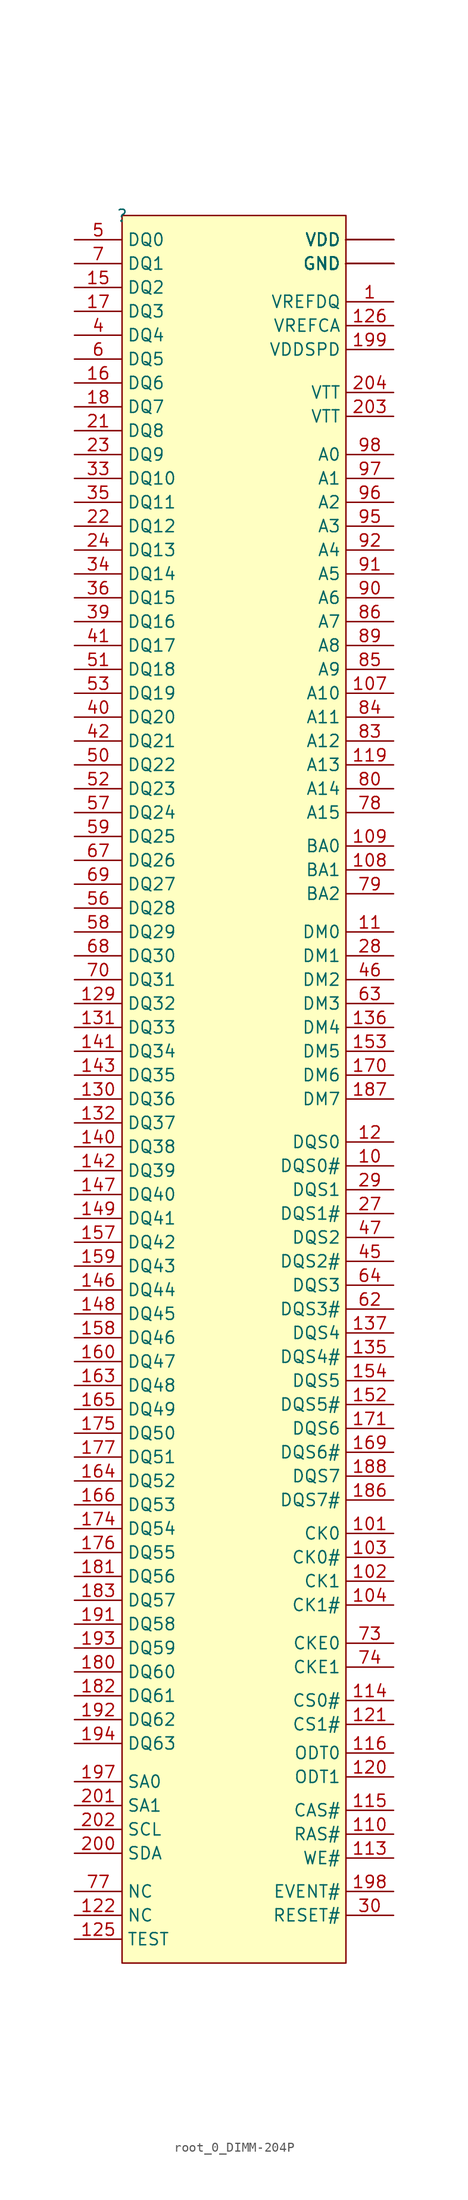
<source format=kicad_sym>
(kicad_symbol_lib
  (version 20220914)
  (generator kicad_symbol_editor)
  (symbol "root_0_DIMM-204P"
    (property "Reference" ""
      (at 0 0 0)
      (effects (font (size 1.27 1.27))))
    (property "Value" ""
      (at 0 0 0)
      (effects (font (size 1.27 1.27))))
    (symbol "root_0_DIMM-204P_1_0"
      (rectangle (start 23.5 0.04) (end 0 -182.999) (stroke (width 0) (type solid)) (fill (type background)))
      (pin passive line (at 28.5 -9 180) (length 5) (name "VREFDQ" (effects (font (size 1.27 1.27)))) (number "1" (effects (font (size 1.27 1.27)))))
      (pin passive line (at 28.5 -99.5 180) (length 5) (name "DQS0#" (effects (font (size 1.27 1.27)))) (number "10" (effects (font (size 1.27 1.27)))))
      (pin passive line (at 28.5 -2.5 180) (length 5) (name "VDD" (effects (font (size 1.27 1.27)))) (number "100" (effects (font (size 0 0)))))
      (pin passive line (at 28.5 -137.999 180) (length 5) (name "CK0" (effects (font (size 1.27 1.27)))) (number "101" (effects (font (size 1.27 1.27)))))
      (pin passive line (at 28.5 -142.999 180) (length 5) (name "CK1" (effects (font (size 1.27 1.27)))) (number "102" (effects (font (size 1.27 1.27)))))
      (pin passive line (at 28.5 -140.499 180) (length 5) (name "CK0#" (effects (font (size 1.27 1.27)))) (number "103" (effects (font (size 1.27 1.27)))))
      (pin passive line (at 28.5 -145.499 180) (length 5) (name "CK1#" (effects (font (size 1.27 1.27)))) (number "104" (effects (font (size 1.27 1.27)))))
      (pin passive line (at 28.5 -2.5 180) (length 5) (name "VDD" (effects (font (size 1.27 1.27)))) (number "105" (effects (font (size 0 0)))))
      (pin passive line (at 28.5 -2.5 180) (length 5) (name "VDD" (effects (font (size 1.27 1.27)))) (number "106" (effects (font (size 0 0)))))
      (pin passive line (at 28.5 -50 180) (length 5) (name "A10" (effects (font (size 1.27 1.27)))) (number "107" (effects (font (size 1.27 1.27)))))
      (pin passive line (at 28.5 -68.5 180) (length 5) (name "BA1" (effects (font (size 1.27 1.27)))) (number "108" (effects (font (size 1.27 1.27)))))
      (pin passive line (at 28.5 -66 180) (length 5) (name "BA0" (effects (font (size 1.27 1.27)))) (number "109" (effects (font (size 1.27 1.27)))))
      (pin passive line (at 28.5 -75 180) (length 5) (name "DM0" (effects (font (size 1.27 1.27)))) (number "11" (effects (font (size 1.27 1.27)))))
      (pin passive line (at 28.5 -169.499 180) (length 5) (name "RAS#" (effects (font (size 1.27 1.27)))) (number "110" (effects (font (size 1.27 1.27)))))
      (pin passive line (at 28.5 -2.5 180) (length 5) (name "VDD" (effects (font (size 1.27 1.27)))) (number "111" (effects (font (size 0 0)))))
      (pin passive line (at 28.5 -2.5 180) (length 5) (name "VDD" (effects (font (size 1.27 1.27)))) (number "112" (effects (font (size 0 0)))))
      (pin passive line (at 28.5 -171.999 180) (length 5) (name "WE#" (effects (font (size 1.27 1.27)))) (number "113" (effects (font (size 1.27 1.27)))))
      (pin passive line (at 28.5 -155.499 180) (length 5) (name "CS0#" (effects (font (size 1.27 1.27)))) (number "114" (effects (font (size 1.27 1.27)))))
      (pin passive line (at 28.5 -166.999 180) (length 5) (name "CAS#" (effects (font (size 1.27 1.27)))) (number "115" (effects (font (size 1.27 1.27)))))
      (pin passive line (at 28.5 -160.999 180) (length 5) (name "ODT0" (effects (font (size 1.27 1.27)))) (number "116" (effects (font (size 1.27 1.27)))))
      (pin passive line (at 28.5 -2.5 180) (length 5) (name "VDD" (effects (font (size 1.27 1.27)))) (number "117" (effects (font (size 0 0)))))
      (pin passive line (at 28.5 -2.5 180) (length 5) (name "VDD" (effects (font (size 1.27 1.27)))) (number "118" (effects (font (size 0 0)))))
      (pin passive line (at 28.5 -57.5 180) (length 5) (name "A13" (effects (font (size 1.27 1.27)))) (number "119" (effects (font (size 1.27 1.27)))))
      (pin passive line (at 28.5 -97 180) (length 5) (name "DQS0" (effects (font (size 1.27 1.27)))) (number "12" (effects (font (size 1.27 1.27)))))
      (pin passive line (at 28.5 -163.499 180) (length 5) (name "ODT1" (effects (font (size 1.27 1.27)))) (number "120" (effects (font (size 1.27 1.27)))))
      (pin passive line (at 28.5 -157.999 180) (length 5) (name "CS1#" (effects (font (size 1.27 1.27)))) (number "121" (effects (font (size 1.27 1.27)))))
      (pin passive line (at -5 -177.999 0) (length 5) (name "NC" (effects (font (size 1.27 1.27)))) (number "122" (effects (font (size 1.27 1.27)))))
      (pin passive line (at 28.5 -2.5 180) (length 5) (name "VDD" (effects (font (size 1.27 1.27)))) (number "123" (effects (font (size 0 0)))))
      (pin passive line (at 28.5 -2.5 180) (length 5) (name "VDD" (effects (font (size 1.27 1.27)))) (number "124" (effects (font (size 0 0)))))
      (pin passive line (at -5 -180.499 0) (length 5) (name "TEST" (effects (font (size 1.27 1.27)))) (number "125" (effects (font (size 1.27 1.27)))))
      (pin passive line (at 28.5 -11.5 180) (length 5) (name "VREFCA" (effects (font (size 1.27 1.27)))) (number "126" (effects (font (size 1.27 1.27)))))
      (pin passive line (at 28.5 -5 180) (length 5) (name "GND" (effects (font (size 1.27 1.27)))) (number "127" (effects (font (size 0 0)))))
      (pin passive line (at 28.5 -5 180) (length 5) (name "GND" (effects (font (size 1.27 1.27)))) (number "128" (effects (font (size 0 0)))))
      (pin passive line (at -5 -82.5 0) (length 5) (name "DQ32" (effects (font (size 1.27 1.27)))) (number "129" (effects (font (size 1.27 1.27)))))
      (pin passive line (at 28.5 -5 180) (length 5) (name "GND" (effects (font (size 1.27 1.27)))) (number "13" (effects (font (size 0 0)))))
      (pin passive line (at -5 -92.5 0) (length 5) (name "DQ36" (effects (font (size 1.27 1.27)))) (number "130" (effects (font (size 1.27 1.27)))))
      (pin passive line (at -5 -85 0) (length 5) (name "DQ33" (effects (font (size 1.27 1.27)))) (number "131" (effects (font (size 1.27 1.27)))))
      (pin passive line (at -5 -95 0) (length 5) (name "DQ37" (effects (font (size 1.27 1.27)))) (number "132" (effects (font (size 1.27 1.27)))))
      (pin passive line (at 28.5 -5 180) (length 5) (name "GND" (effects (font (size 1.27 1.27)))) (number "133" (effects (font (size 0 0)))))
      (pin passive line (at 28.5 -5 180) (length 5) (name "GND" (effects (font (size 1.27 1.27)))) (number "134" (effects (font (size 0 0)))))
      (pin passive line (at 28.5 -119.499 180) (length 5) (name "DQS4#" (effects (font (size 1.27 1.27)))) (number "135" (effects (font (size 1.27 1.27)))))
      (pin passive line (at 28.5 -85 180) (length 5) (name "DM4" (effects (font (size 1.27 1.27)))) (number "136" (effects (font (size 1.27 1.27)))))
      (pin passive line (at 28.5 -116.999 180) (length 5) (name "DQS4" (effects (font (size 1.27 1.27)))) (number "137" (effects (font (size 1.27 1.27)))))
      (pin passive line (at 28.5 -5 180) (length 5) (name "GND" (effects (font (size 1.27 1.27)))) (number "138" (effects (font (size 0 0)))))
      (pin passive line (at 28.5 -5 180) (length 5) (name "GND" (effects (font (size 1.27 1.27)))) (number "139" (effects (font (size 0 0)))))
      (pin passive line (at 28.5 -5 180) (length 5) (name "GND" (effects (font (size 1.27 1.27)))) (number "14" (effects (font (size 0 0)))))
      (pin passive line (at -5 -97.5 0) (length 5) (name "DQ38" (effects (font (size 1.27 1.27)))) (number "140" (effects (font (size 1.27 1.27)))))
      (pin passive line (at -5 -87.5 0) (length 5) (name "DQ34" (effects (font (size 1.27 1.27)))) (number "141" (effects (font (size 1.27 1.27)))))
      (pin passive line (at -5 -100 0) (length 5) (name "DQ39" (effects (font (size 1.27 1.27)))) (number "142" (effects (font (size 1.27 1.27)))))
      (pin passive line (at -5 -90 0) (length 5) (name "DQ35" (effects (font (size 1.27 1.27)))) (number "143" (effects (font (size 1.27 1.27)))))
      (pin passive line (at 28.5 -5 180) (length 5) (name "GND" (effects (font (size 1.27 1.27)))) (number "144" (effects (font (size 0 0)))))
      (pin passive line (at 28.5 -5 180) (length 5) (name "GND" (effects (font (size 1.27 1.27)))) (number "145" (effects (font (size 0 0)))))
      (pin passive line (at -5 -112.5 0) (length 5) (name "DQ44" (effects (font (size 1.27 1.27)))) (number "146" (effects (font (size 1.27 1.27)))))
      (pin passive line (at -5 -102.5 0) (length 5) (name "DQ40" (effects (font (size 1.27 1.27)))) (number "147" (effects (font (size 1.27 1.27)))))
      (pin passive line (at -5 -114.999 0) (length 5) (name "DQ45" (effects (font (size 1.27 1.27)))) (number "148" (effects (font (size 1.27 1.27)))))
      (pin passive line (at -5 -105 0) (length 5) (name "DQ41" (effects (font (size 1.27 1.27)))) (number "149" (effects (font (size 1.27 1.27)))))
      (pin passive line (at -5 -7.5 0) (length 5) (name "DQ2" (effects (font (size 1.27 1.27)))) (number "15" (effects (font (size 1.27 1.27)))))
      (pin passive line (at 28.5 -5 180) (length 5) (name "GND" (effects (font (size 1.27 1.27)))) (number "150" (effects (font (size 0 0)))))
      (pin passive line (at 28.5 -5 180) (length 5) (name "GND" (effects (font (size 1.27 1.27)))) (number "151" (effects (font (size 0 0)))))
      (pin passive line (at 28.5 -124.499 180) (length 5) (name "DQS5#" (effects (font (size 1.27 1.27)))) (number "152" (effects (font (size 1.27 1.27)))))
      (pin passive line (at 28.5 -87.5 180) (length 5) (name "DM5" (effects (font (size 1.27 1.27)))) (number "153" (effects (font (size 1.27 1.27)))))
      (pin passive line (at 28.5 -121.999 180) (length 5) (name "DQS5" (effects (font (size 1.27 1.27)))) (number "154" (effects (font (size 1.27 1.27)))))
      (pin passive line (at 28.5 -5 180) (length 5) (name "GND" (effects (font (size 1.27 1.27)))) (number "155" (effects (font (size 0 0)))))
      (pin passive line (at 28.5 -5 180) (length 5) (name "GND" (effects (font (size 1.27 1.27)))) (number "156" (effects (font (size 0 0)))))
      (pin passive line (at -5 -107.5 0) (length 5) (name "DQ42" (effects (font (size 1.27 1.27)))) (number "157" (effects (font (size 1.27 1.27)))))
      (pin passive line (at -5 -117.499 0) (length 5) (name "DQ46" (effects (font (size 1.27 1.27)))) (number "158" (effects (font (size 1.27 1.27)))))
      (pin passive line (at -5 -110 0) (length 5) (name "DQ43" (effects (font (size 1.27 1.27)))) (number "159" (effects (font (size 1.27 1.27)))))
      (pin passive line (at -5 -17.5 0) (length 5) (name "DQ6" (effects (font (size 1.27 1.27)))) (number "16" (effects (font (size 1.27 1.27)))))
      (pin passive line (at -5 -119.999 0) (length 5) (name "DQ47" (effects (font (size 1.27 1.27)))) (number "160" (effects (font (size 1.27 1.27)))))
      (pin passive line (at 28.5 -5 180) (length 5) (name "GND" (effects (font (size 1.27 1.27)))) (number "161" (effects (font (size 0 0)))))
      (pin passive line (at 28.5 -5 180) (length 5) (name "GND" (effects (font (size 1.27 1.27)))) (number "162" (effects (font (size 0 0)))))
      (pin passive line (at -5 -122.499 0) (length 5) (name "DQ48" (effects (font (size 1.27 1.27)))) (number "163" (effects (font (size 1.27 1.27)))))
      (pin passive line (at -5 -132.499 0) (length 5) (name "DQ52" (effects (font (size 1.27 1.27)))) (number "164" (effects (font (size 1.27 1.27)))))
      (pin passive line (at -5 -124.999 0) (length 5) (name "DQ49" (effects (font (size 1.27 1.27)))) (number "165" (effects (font (size 1.27 1.27)))))
      (pin passive line (at -5 -134.999 0) (length 5) (name "DQ53" (effects (font (size 1.27 1.27)))) (number "166" (effects (font (size 1.27 1.27)))))
      (pin passive line (at 28.5 -5 180) (length 5) (name "GND" (effects (font (size 1.27 1.27)))) (number "167" (effects (font (size 0 0)))))
      (pin passive line (at 28.5 -5 180) (length 5) (name "GND" (effects (font (size 1.27 1.27)))) (number "168" (effects (font (size 0 0)))))
      (pin passive line (at 28.5 -129.499 180) (length 5) (name "DQS6#" (effects (font (size 1.27 1.27)))) (number "169" (effects (font (size 1.27 1.27)))))
      (pin passive line (at -5 -10 0) (length 5) (name "DQ3" (effects (font (size 1.27 1.27)))) (number "17" (effects (font (size 1.27 1.27)))))
      (pin passive line (at 28.5 -90 180) (length 5) (name "DM6" (effects (font (size 1.27 1.27)))) (number "170" (effects (font (size 1.27 1.27)))))
      (pin passive line (at 28.5 -126.999 180) (length 5) (name "DQS6" (effects (font (size 1.27 1.27)))) (number "171" (effects (font (size 1.27 1.27)))))
      (pin passive line (at 28.5 -5 180) (length 5) (name "GND" (effects (font (size 1.27 1.27)))) (number "172" (effects (font (size 0 0)))))
      (pin passive line (at 28.5 -5 180) (length 5) (name "GND" (effects (font (size 1.27 1.27)))) (number "173" (effects (font (size 0 0)))))
      (pin passive line (at -5 -137.499 0) (length 5) (name "DQ54" (effects (font (size 1.27 1.27)))) (number "174" (effects (font (size 1.27 1.27)))))
      (pin passive line (at -5 -127.499 0) (length 5) (name "DQ50" (effects (font (size 1.27 1.27)))) (number "175" (effects (font (size 1.27 1.27)))))
      (pin passive line (at -5 -139.999 0) (length 5) (name "DQ55" (effects (font (size 1.27 1.27)))) (number "176" (effects (font (size 1.27 1.27)))))
      (pin passive line (at -5 -129.999 0) (length 5) (name "DQ51" (effects (font (size 1.27 1.27)))) (number "177" (effects (font (size 1.27 1.27)))))
      (pin passive line (at 28.5 -5 180) (length 5) (name "GND" (effects (font (size 1.27 1.27)))) (number "178" (effects (font (size 0 0)))))
      (pin passive line (at 28.5 -5 180) (length 5) (name "GND" (effects (font (size 1.27 1.27)))) (number "179" (effects (font (size 0 0)))))
      (pin passive line (at -5 -20 0) (length 5) (name "DQ7" (effects (font (size 1.27 1.27)))) (number "18" (effects (font (size 1.27 1.27)))))
      (pin passive line (at -5 -152.499 0) (length 5) (name "DQ60" (effects (font (size 1.27 1.27)))) (number "180" (effects (font (size 1.27 1.27)))))
      (pin passive line (at -5 -142.499 0) (length 5) (name "DQ56" (effects (font (size 1.27 1.27)))) (number "181" (effects (font (size 1.27 1.27)))))
      (pin passive line (at -5 -154.999 0) (length 5) (name "DQ61" (effects (font (size 1.27 1.27)))) (number "182" (effects (font (size 1.27 1.27)))))
      (pin passive line (at -5 -144.999 0) (length 5) (name "DQ57" (effects (font (size 1.27 1.27)))) (number "183" (effects (font (size 1.27 1.27)))))
      (pin passive line (at 28.5 -5 180) (length 5) (name "GND" (effects (font (size 1.27 1.27)))) (number "184" (effects (font (size 0 0)))))
      (pin passive line (at 28.5 -5 180) (length 5) (name "GND" (effects (font (size 1.27 1.27)))) (number "185" (effects (font (size 0 0)))))
      (pin passive line (at 28.5 -134.499 180) (length 5) (name "DQS7#" (effects (font (size 1.27 1.27)))) (number "186" (effects (font (size 1.27 1.27)))))
      (pin passive line (at 28.5 -92.5 180) (length 5) (name "DM7" (effects (font (size 1.27 1.27)))) (number "187" (effects (font (size 1.27 1.27)))))
      (pin passive line (at 28.5 -131.999 180) (length 5) (name "DQS7" (effects (font (size 1.27 1.27)))) (number "188" (effects (font (size 1.27 1.27)))))
      (pin passive line (at 28.5 -5 180) (length 5) (name "GND" (effects (font (size 1.27 1.27)))) (number "189" (effects (font (size 0 0)))))
      (pin passive line (at 28.5 -5 180) (length 5) (name "GND" (effects (font (size 1.27 1.27)))) (number "19" (effects (font (size 0 0)))))
      (pin passive line (at 28.5 -5 180) (length 5) (name "GND" (effects (font (size 1.27 1.27)))) (number "190" (effects (font (size 0 0)))))
      (pin passive line (at -5 -147.499 0) (length 5) (name "DQ58" (effects (font (size 1.27 1.27)))) (number "191" (effects (font (size 1.27 1.27)))))
      (pin passive line (at -5 -157.499 0) (length 5) (name "DQ62" (effects (font (size 1.27 1.27)))) (number "192" (effects (font (size 1.27 1.27)))))
      (pin passive line (at -5 -149.999 0) (length 5) (name "DQ59" (effects (font (size 1.27 1.27)))) (number "193" (effects (font (size 1.27 1.27)))))
      (pin passive line (at -5 -159.999 0) (length 5) (name "DQ63" (effects (font (size 1.27 1.27)))) (number "194" (effects (font (size 1.27 1.27)))))
      (pin passive line (at 28.5 -5 180) (length 5) (name "GND" (effects (font (size 1.27 1.27)))) (number "195" (effects (font (size 0 0)))))
      (pin passive line (at 28.5 -5 180) (length 5) (name "GND" (effects (font (size 1.27 1.27)))) (number "196" (effects (font (size 0 0)))))
      (pin passive line (at -5 -163.999 0) (length 5) (name "SA0" (effects (font (size 1.27 1.27)))) (number "197" (effects (font (size 1.27 1.27)))))
      (pin passive line (at 28.5 -175.499 180) (length 5) (name "EVENT#" (effects (font (size 1.27 1.27)))) (number "198" (effects (font (size 1.27 1.27)))))
      (pin passive line (at 28.5 -14 180) (length 5) (name "VDDSPD" (effects (font (size 1.27 1.27)))) (number "199" (effects (font (size 1.27 1.27)))))
      (pin passive line (at 28.5 -5 180) (length 5) (name "GND" (effects (font (size 1.27 1.27)))) (number "2" (effects (font (size 0 0)))))
      (pin passive line (at 28.5 -5 180) (length 5) (name "GND" (effects (font (size 1.27 1.27)))) (number "20" (effects (font (size 0 0)))))
      (pin passive line (at -5 -171.499 0) (length 5) (name "SDA" (effects (font (size 1.27 1.27)))) (number "200" (effects (font (size 1.27 1.27)))))
      (pin passive line (at -5 -166.499 0) (length 5) (name "SA1" (effects (font (size 1.27 1.27)))) (number "201" (effects (font (size 1.27 1.27)))))
      (pin passive line (at -5 -168.999 0) (length 5) (name "SCL" (effects (font (size 1.27 1.27)))) (number "202" (effects (font (size 1.27 1.27)))))
      (pin passive line (at 28.5 -21 180) (length 5) (name "VTT" (effects (font (size 1.27 1.27)))) (number "203" (effects (font (size 1.27 1.27)))))
      (pin passive line (at 28.5 -18.5 180) (length 5) (name "VTT" (effects (font (size 1.27 1.27)))) (number "204" (effects (font (size 1.27 1.27)))))
      (pin passive line (at -5 -22.5 0) (length 5) (name "DQ8" (effects (font (size 1.27 1.27)))) (number "21" (effects (font (size 1.27 1.27)))))
      (pin passive line (at -5 -32.5 0) (length 5) (name "DQ12" (effects (font (size 1.27 1.27)))) (number "22" (effects (font (size 1.27 1.27)))))
      (pin passive line (at -5 -25 0) (length 5) (name "DQ9" (effects (font (size 1.27 1.27)))) (number "23" (effects (font (size 1.27 1.27)))))
      (pin passive line (at -5 -35 0) (length 5) (name "DQ13" (effects (font (size 1.27 1.27)))) (number "24" (effects (font (size 1.27 1.27)))))
      (pin passive line (at 28.5 -5 180) (length 5) (name "GND" (effects (font (size 1.27 1.27)))) (number "25" (effects (font (size 0 0)))))
      (pin passive line (at 28.5 -5 180) (length 5) (name "GND" (effects (font (size 1.27 1.27)))) (number "26" (effects (font (size 0 0)))))
      (pin passive line (at 28.5 -104.5 180) (length 5) (name "DQS1#" (effects (font (size 1.27 1.27)))) (number "27" (effects (font (size 1.27 1.27)))))
      (pin passive line (at 28.5 -77.5 180) (length 5) (name "DM1" (effects (font (size 1.27 1.27)))) (number "28" (effects (font (size 1.27 1.27)))))
      (pin passive line (at 28.5 -102 180) (length 5) (name "DQS1" (effects (font (size 1.27 1.27)))) (number "29" (effects (font (size 1.27 1.27)))))
      (pin passive line (at 28.5 -5 180) (length 5) (name "GND" (effects (font (size 1.27 1.27)))) (number "3" (effects (font (size 0 0)))))
      (pin passive line (at 28.5 -177.999 180) (length 5) (name "RESET#" (effects (font (size 1.27 1.27)))) (number "30" (effects (font (size 1.27 1.27)))))
      (pin passive line (at 28.5 -5 180) (length 5) (name "GND" (effects (font (size 1.27 1.27)))) (number "31" (effects (font (size 0 0)))))
      (pin passive line (at 28.5 -5 180) (length 5) (name "GND" (effects (font (size 1.27 1.27)))) (number "32" (effects (font (size 0 0)))))
      (pin passive line (at -5 -27.5 0) (length 5) (name "DQ10" (effects (font (size 1.27 1.27)))) (number "33" (effects (font (size 1.27 1.27)))))
      (pin passive line (at -5 -37.5 0) (length 5) (name "DQ14" (effects (font (size 1.27 1.27)))) (number "34" (effects (font (size 1.27 1.27)))))
      (pin passive line (at -5 -30 0) (length 5) (name "DQ11" (effects (font (size 1.27 1.27)))) (number "35" (effects (font (size 1.27 1.27)))))
      (pin passive line (at -5 -40 0) (length 5) (name "DQ15" (effects (font (size 1.27 1.27)))) (number "36" (effects (font (size 1.27 1.27)))))
      (pin passive line (at 28.5 -5 180) (length 5) (name "GND" (effects (font (size 1.27 1.27)))) (number "37" (effects (font (size 0 0)))))
      (pin passive line (at 28.5 -5 180) (length 5) (name "GND" (effects (font (size 1.27 1.27)))) (number "38" (effects (font (size 0 0)))))
      (pin passive line (at -5 -42.5 0) (length 5) (name "DQ16" (effects (font (size 1.27 1.27)))) (number "39" (effects (font (size 1.27 1.27)))))
      (pin passive line (at -5 -12.5 0) (length 5) (name "DQ4" (effects (font (size 1.27 1.27)))) (number "4" (effects (font (size 1.27 1.27)))))
      (pin passive line (at -5 -52.5 0) (length 5) (name "DQ20" (effects (font (size 1.27 1.27)))) (number "40" (effects (font (size 1.27 1.27)))))
      (pin passive line (at -5 -45 0) (length 5) (name "DQ17" (effects (font (size 1.27 1.27)))) (number "41" (effects (font (size 1.27 1.27)))))
      (pin passive line (at -5 -55 0) (length 5) (name "DQ21" (effects (font (size 1.27 1.27)))) (number "42" (effects (font (size 1.27 1.27)))))
      (pin passive line (at 28.5 -5 180) (length 5) (name "GND" (effects (font (size 1.27 1.27)))) (number "43" (effects (font (size 0 0)))))
      (pin passive line (at 28.5 -5 180) (length 5) (name "GND" (effects (font (size 1.27 1.27)))) (number "44" (effects (font (size 0 0)))))
      (pin passive line (at 28.5 -109.5 180) (length 5) (name "DQS2#" (effects (font (size 1.27 1.27)))) (number "45" (effects (font (size 1.27 1.27)))))
      (pin passive line (at 28.5 -80 180) (length 5) (name "DM2" (effects (font (size 1.27 1.27)))) (number "46" (effects (font (size 1.27 1.27)))))
      (pin passive line (at 28.5 -107 180) (length 5) (name "DQS2" (effects (font (size 1.27 1.27)))) (number "47" (effects (font (size 1.27 1.27)))))
      (pin passive line (at 28.5 -5 180) (length 5) (name "GND" (effects (font (size 1.27 1.27)))) (number "48" (effects (font (size 0 0)))))
      (pin passive line (at 28.5 -5 180) (length 5) (name "GND" (effects (font (size 1.27 1.27)))) (number "49" (effects (font (size 0 0)))))
      (pin passive line (at -5 -2.5 0) (length 5) (name "DQ0" (effects (font (size 1.27 1.27)))) (number "5" (effects (font (size 1.27 1.27)))))
      (pin passive line (at -5 -57.5 0) (length 5) (name "DQ22" (effects (font (size 1.27 1.27)))) (number "50" (effects (font (size 1.27 1.27)))))
      (pin passive line (at -5 -47.5 0) (length 5) (name "DQ18" (effects (font (size 1.27 1.27)))) (number "51" (effects (font (size 1.27 1.27)))))
      (pin passive line (at -5 -60 0) (length 5) (name "DQ23" (effects (font (size 1.27 1.27)))) (number "52" (effects (font (size 1.27 1.27)))))
      (pin passive line (at -5 -50 0) (length 5) (name "DQ19" (effects (font (size 1.27 1.27)))) (number "53" (effects (font (size 1.27 1.27)))))
      (pin passive line (at 28.5 -5 180) (length 5) (name "GND" (effects (font (size 1.27 1.27)))) (number "54" (effects (font (size 0 0)))))
      (pin passive line (at 28.5 -5 180) (length 5) (name "GND" (effects (font (size 1.27 1.27)))) (number "55" (effects (font (size 0 0)))))
      (pin passive line (at -5 -72.5 0) (length 5) (name "DQ28" (effects (font (size 1.27 1.27)))) (number "56" (effects (font (size 1.27 1.27)))))
      (pin passive line (at -5 -62.5 0) (length 5) (name "DQ24" (effects (font (size 1.27 1.27)))) (number "57" (effects (font (size 1.27 1.27)))))
      (pin passive line (at -5 -75 0) (length 5) (name "DQ29" (effects (font (size 1.27 1.27)))) (number "58" (effects (font (size 1.27 1.27)))))
      (pin passive line (at -5 -65 0) (length 5) (name "DQ25" (effects (font (size 1.27 1.27)))) (number "59" (effects (font (size 1.27 1.27)))))
      (pin passive line (at -5 -15 0) (length 5) (name "DQ5" (effects (font (size 1.27 1.27)))) (number "6" (effects (font (size 1.27 1.27)))))
      (pin passive line (at 28.5 -5 180) (length 5) (name "GND" (effects (font (size 1.27 1.27)))) (number "60" (effects (font (size 0 0)))))
      (pin passive line (at 28.5 -5 180) (length 5) (name "GND" (effects (font (size 1.27 1.27)))) (number "61" (effects (font (size 0 0)))))
      (pin passive line (at 28.5 -114.5 180) (length 5) (name "DQS3#" (effects (font (size 1.27 1.27)))) (number "62" (effects (font (size 1.27 1.27)))))
      (pin passive line (at 28.5 -82.5 180) (length 5) (name "DM3" (effects (font (size 1.27 1.27)))) (number "63" (effects (font (size 1.27 1.27)))))
      (pin passive line (at 28.5 -112 180) (length 5) (name "DQS3" (effects (font (size 1.27 1.27)))) (number "64" (effects (font (size 1.27 1.27)))))
      (pin passive line (at 28.5 -5 180) (length 5) (name "GND" (effects (font (size 1.27 1.27)))) (number "65" (effects (font (size 0 0)))))
      (pin passive line (at 28.5 -5 180) (length 5) (name "GND" (effects (font (size 1.27 1.27)))) (number "66" (effects (font (size 0 0)))))
      (pin passive line (at -5 -67.5 0) (length 5) (name "DQ26" (effects (font (size 1.27 1.27)))) (number "67" (effects (font (size 1.27 1.27)))))
      (pin passive line (at -5 -77.5 0) (length 5) (name "DQ30" (effects (font (size 1.27 1.27)))) (number "68" (effects (font (size 1.27 1.27)))))
      (pin passive line (at -5 -70 0) (length 5) (name "DQ27" (effects (font (size 1.27 1.27)))) (number "69" (effects (font (size 1.27 1.27)))))
      (pin passive line (at -5 -5 0) (length 5) (name "DQ1" (effects (font (size 1.27 1.27)))) (number "7" (effects (font (size 1.27 1.27)))))
      (pin passive line (at -5 -80 0) (length 5) (name "DQ31" (effects (font (size 1.27 1.27)))) (number "70" (effects (font (size 1.27 1.27)))))
      (pin passive line (at 28.5 -5 180) (length 5) (name "GND" (effects (font (size 1.27 1.27)))) (number "71" (effects (font (size 0 0)))))
      (pin passive line (at 28.5 -5 180) (length 5) (name "GND" (effects (font (size 1.27 1.27)))) (number "72" (effects (font (size 0 0)))))
      (pin passive line (at 28.5 -149.499 180) (length 5) (name "CKE0" (effects (font (size 1.27 1.27)))) (number "73" (effects (font (size 1.27 1.27)))))
      (pin passive line (at 28.5 -151.999 180) (length 5) (name "CKE1" (effects (font (size 1.27 1.27)))) (number "74" (effects (font (size 1.27 1.27)))))
      (pin passive line (at 28.5 -2.5 180) (length 5) (name "VDD" (effects (font (size 1.27 1.27)))) (number "75" (effects (font (size 0 0)))))
      (pin passive line (at 28.5 -2.5 180) (length 5) (name "VDD" (effects (font (size 1.27 1.27)))) (number "76" (effects (font (size 0 0)))))
      (pin passive line (at -5 -175.499 0) (length 5) (name "NC" (effects (font (size 1.27 1.27)))) (number "77" (effects (font (size 1.27 1.27)))))
      (pin passive line (at 28.5 -62.5 180) (length 5) (name "A15" (effects (font (size 1.27 1.27)))) (number "78" (effects (font (size 1.27 1.27)))))
      (pin passive line (at 28.5 -71 180) (length 5) (name "BA2" (effects (font (size 1.27 1.27)))) (number "79" (effects (font (size 1.27 1.27)))))
      (pin passive line (at 28.5 -5 180) (length 5) (name "GND" (effects (font (size 1.27 1.27)))) (number "8" (effects (font (size 0 0)))))
      (pin passive line (at 28.5 -60 180) (length 5) (name "A14" (effects (font (size 1.27 1.27)))) (number "80" (effects (font (size 1.27 1.27)))))
      (pin passive line (at 28.5 -2.5 180) (length 5) (name "VDD" (effects (font (size 1.27 1.27)))) (number "81" (effects (font (size 0 0)))))
      (pin passive line (at 28.5 -2.5 180) (length 5) (name "VDD" (effects (font (size 1.27 1.27)))) (number "82" (effects (font (size 0 0)))))
      (pin passive line (at 28.5 -55 180) (length 5) (name "A12" (effects (font (size 1.27 1.27)))) (number "83" (effects (font (size 1.27 1.27)))))
      (pin passive line (at 28.5 -52.5 180) (length 5) (name "A11" (effects (font (size 1.27 1.27)))) (number "84" (effects (font (size 1.27 1.27)))))
      (pin passive line (at 28.5 -47.5 180) (length 5) (name "A9" (effects (font (size 1.27 1.27)))) (number "85" (effects (font (size 1.27 1.27)))))
      (pin passive line (at 28.5 -42.5 180) (length 5) (name "A7" (effects (font (size 1.27 1.27)))) (number "86" (effects (font (size 1.27 1.27)))))
      (pin passive line (at 28.5 -2.5 180) (length 5) (name "VDD" (effects (font (size 1.27 1.27)))) (number "87" (effects (font (size 0 0)))))
      (pin passive line (at 28.5 -2.5 180) (length 5) (name "VDD" (effects (font (size 1.27 1.27)))) (number "88" (effects (font (size 0 0)))))
      (pin passive line (at 28.5 -45 180) (length 5) (name "A8" (effects (font (size 1.27 1.27)))) (number "89" (effects (font (size 1.27 1.27)))))
      (pin passive line (at 28.5 -5 180) (length 5) (name "GND" (effects (font (size 1.27 1.27)))) (number "9" (effects (font (size 0 0)))))
      (pin passive line (at 28.5 -40 180) (length 5) (name "A6" (effects (font (size 1.27 1.27)))) (number "90" (effects (font (size 1.27 1.27)))))
      (pin passive line (at 28.5 -37.5 180) (length 5) (name "A5" (effects (font (size 1.27 1.27)))) (number "91" (effects (font (size 1.27 1.27)))))
      (pin passive line (at 28.5 -35 180) (length 5) (name "A4" (effects (font (size 1.27 1.27)))) (number "92" (effects (font (size 1.27 1.27)))))
      (pin passive line (at 28.5 -2.5 180) (length 5) (name "VDD" (effects (font (size 1.27 1.27)))) (number "93" (effects (font (size 0 0)))))
      (pin passive line (at 28.5 -2.5 180) (length 5) (name "VDD" (effects (font (size 1.27 1.27)))) (number "94" (effects (font (size 0 0)))))
      (pin passive line (at 28.5 -32.5 180) (length 5) (name "A3" (effects (font (size 1.27 1.27)))) (number "95" (effects (font (size 1.27 1.27)))))
      (pin passive line (at 28.5 -30 180) (length 5) (name "A2" (effects (font (size 1.27 1.27)))) (number "96" (effects (font (size 1.27 1.27)))))
      (pin passive line (at 28.5 -27.5 180) (length 5) (name "A1" (effects (font (size 1.27 1.27)))) (number "97" (effects (font (size 1.27 1.27)))))
      (pin passive line (at 28.5 -25 180) (length 5) (name "A0" (effects (font (size 1.27 1.27)))) (number "98" (effects (font (size 1.27 1.27)))))
      (pin passive line (at 28.5 -2.5 180) (length 5) (name "VDD" (effects (font (size 1.27 1.27)))) (number "99" (effects (font (size 0 0))))))))
</source>
